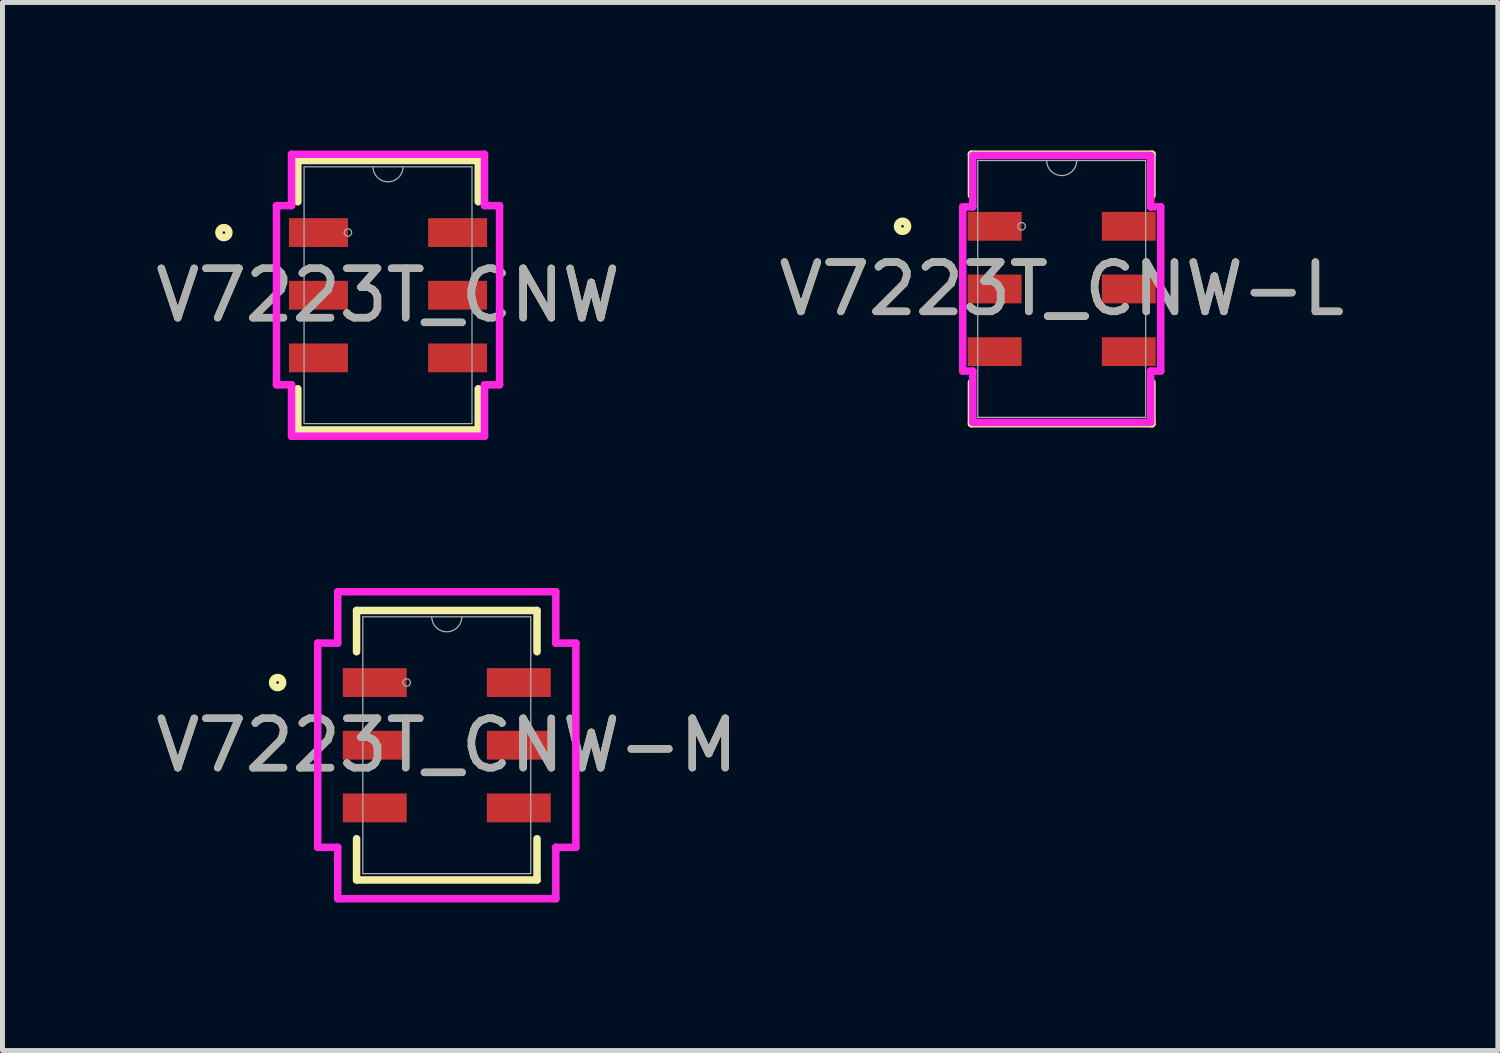
<source format=kicad_pcb>
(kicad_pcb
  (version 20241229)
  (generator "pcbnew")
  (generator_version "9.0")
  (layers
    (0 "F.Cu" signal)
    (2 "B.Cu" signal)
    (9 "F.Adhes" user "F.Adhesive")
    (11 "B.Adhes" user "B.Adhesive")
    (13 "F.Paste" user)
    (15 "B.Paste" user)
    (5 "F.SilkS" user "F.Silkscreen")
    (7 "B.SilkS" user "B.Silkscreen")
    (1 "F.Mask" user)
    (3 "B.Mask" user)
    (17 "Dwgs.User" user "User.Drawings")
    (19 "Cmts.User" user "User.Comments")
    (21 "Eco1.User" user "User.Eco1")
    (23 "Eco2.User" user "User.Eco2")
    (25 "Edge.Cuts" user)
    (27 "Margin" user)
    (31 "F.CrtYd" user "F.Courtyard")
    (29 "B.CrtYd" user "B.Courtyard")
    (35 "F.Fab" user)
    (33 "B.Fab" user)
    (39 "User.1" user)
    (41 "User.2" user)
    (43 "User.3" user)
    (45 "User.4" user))
  (footprint "V7223T_CNW"
    (layer "F.Cu")
    (at 4.815 2.934)
    (property "Reference" "V7223T_CNW" (at 0 0 0) (unlocked yes) (layer "F.SilkS") (effects (font (size 1 1) (thickness 0.15))))
    (attr smd)
    (fp_line (start -1.829 -2.731) (end -1.829 -1.895) (stroke (width 0.152) (type solid)) (layer "F.SilkS"))
    (fp_line (start -1.829 1.895) (end -1.829 2.731) (stroke (width 0.152) (type solid)) (layer "F.SilkS"))
    (fp_line (start -1.829 2.731) (end 1.829 2.731) (stroke (width 0.152) (type solid)) (layer "F.SilkS"))
    (fp_line (start 1.829 -2.731) (end -1.829 -2.731) (stroke (width 0.152) (type solid)) (layer "F.SilkS"))
    (fp_line (start 1.829 -1.895) (end 1.829 -2.731) (stroke (width 0.152) (type solid)) (layer "F.SilkS"))
    (fp_line (start 1.829 2.731) (end 1.829 1.895) (stroke (width 0.152) (type solid)) (layer "F.SilkS"))
    (fp_circle (center -3.327 -1.27) (end -3.226 -1.27) (stroke (width 0.152) (type solid)) (fill no) (layer "F.SilkS"))
    (fp_line (start -2.261 -1.816) (end -1.956 -1.816) (stroke (width 0.152) (type solid)) (layer "F.CrtYd"))
    (fp_line (start -2.261 1.816) (end -2.261 -1.816) (stroke (width 0.152) (type solid)) (layer "F.CrtYd"))
    (fp_line (start -2.261 1.816) (end -1.956 1.816) (stroke (width 0.152) (type solid)) (layer "F.CrtYd"))
    (fp_line (start -1.956 -2.857) (end 1.956 -2.857) (stroke (width 0.152) (type solid)) (layer "F.CrtYd"))
    (fp_line (start -1.956 -1.816) (end -1.956 -2.857) (stroke (width 0.152) (type solid)) (layer "F.CrtYd"))
    (fp_line (start -1.956 2.857) (end -1.956 1.816) (stroke (width 0.152) (type solid)) (layer "F.CrtYd"))
    (fp_line (start 1.956 -2.857) (end 1.956 -1.816) (stroke (width 0.152) (type solid)) (layer "F.CrtYd"))
    (fp_line (start 1.956 1.816) (end 1.956 2.857) (stroke (width 0.152) (type solid)) (layer "F.CrtYd"))
    (fp_line (start 1.956 2.857) (end -1.956 2.857) (stroke (width 0.152) (type solid)) (layer "F.CrtYd"))
    (fp_line (start 2.261 -1.816) (end 1.956 -1.816) (stroke (width 0.152) (type solid)) (layer "F.CrtYd"))
    (fp_line (start 2.261 -1.816) (end 2.261 1.816) (stroke (width 0.152) (type solid)) (layer "F.CrtYd"))
    (fp_line (start 2.261 1.816) (end 1.956 1.816) (stroke (width 0.152) (type solid)) (layer "F.CrtYd"))
    (fp_line (start -1.702 -2.603) (end -1.702 2.603) (stroke (width 0.025) (type solid)) (layer "F.Fab"))
    (fp_line (start -1.702 2.603) (end 1.702 2.603) (stroke (width 0.025) (type solid)) (layer "F.Fab"))
    (fp_line (start 1.702 -2.603) (end -1.702 -2.603) (stroke (width 0.025) (type solid)) (layer "F.Fab"))
    (fp_line (start 1.702 2.603) (end 1.702 -2.603) (stroke (width 0.025) (type solid)) (layer "F.Fab"))
    (fp_arc (start 0.3048 -2.6035) (mid 0 -2.2987) (end -0.3048 -2.6035) (stroke (width 0.0254) (type solid)) (layer "F.Fab"))
    (fp_circle (center -0.813 -1.27) (end -0.737 -1.27) (stroke (width 0.025) (type solid)) (fill no) (layer "F.Fab"))
    (fp_text user "${REFERENCE}" (at 0 0 0) (unlocked yes) (layer "F.Fab") (effects (font (size 1 1) (thickness 0.15))))
    (pad "1" smd rect (at -1.41 -1.27) (size 1.194 0.584) (layers "F.Cu" "F.Mask" "F.Paste"))
    (pad "2" smd rect (at -1.41 0) (size 1.194 0.584) (layers "F.Cu" "F.Mask" "F.Paste"))
    (pad "3" smd rect (at -1.41 1.27) (size 1.194 0.584) (layers "F.Cu" "F.Mask" "F.Paste"))
    (pad "4" smd rect (at 1.41 1.27) (size 1.194 0.584) (layers "F.Cu" "F.Mask" "F.Paste"))
    (pad "5" smd rect (at 1.41 0) (size 1.194 0.584) (layers "F.Cu" "F.Mask" "F.Paste"))
    (pad "6" smd rect (at 1.41 -1.27) (size 1.194 0.584) (layers "F.Cu" "F.Mask" "F.Paste")))
  (footprint "V7223T_CNW-M"
    (layer "F.Cu")
    (at 6.006 12.055)
    (property "Reference" "V7223T_CNW-M" (at 0 0 0) (unlocked yes) (layer "F.SilkS") (effects (font (size 1 1) (thickness 0.15))))
    (attr smd)
    (fp_line (start -1.829 -2.731) (end -1.829 -1.895) (stroke (width 0.152) (type solid)) (layer "F.SilkS"))
    (fp_line (start -1.829 1.895) (end -1.829 2.731) (stroke (width 0.152) (type solid)) (layer "F.SilkS"))
    (fp_line (start -1.829 2.731) (end 1.829 2.731) (stroke (width 0.152) (type solid)) (layer "F.SilkS"))
    (fp_line (start 1.829 -2.731) (end -1.829 -2.731) (stroke (width 0.152) (type solid)) (layer "F.SilkS"))
    (fp_line (start 1.829 -1.895) (end 1.829 -2.731) (stroke (width 0.152) (type solid)) (layer "F.SilkS"))
    (fp_line (start 1.829 2.731) (end 1.829 1.895) (stroke (width 0.152) (type solid)) (layer "F.SilkS"))
    (fp_circle (center -3.429 -1.27) (end -3.327 -1.27) (stroke (width 0.152) (type solid)) (fill no) (layer "F.SilkS"))
    (fp_line (start -2.616 -2.07) (end -2.21 -2.07) (stroke (width 0.152) (type solid)) (layer "F.CrtYd"))
    (fp_line (start -2.616 2.07) (end -2.616 -2.07) (stroke (width 0.152) (type solid)) (layer "F.CrtYd"))
    (fp_line (start -2.616 2.07) (end -2.21 2.07) (stroke (width 0.152) (type solid)) (layer "F.CrtYd"))
    (fp_line (start -2.21 -3.111) (end 2.21 -3.111) (stroke (width 0.152) (type solid)) (layer "F.CrtYd"))
    (fp_line (start -2.21 -2.07) (end -2.21 -3.111) (stroke (width 0.152) (type solid)) (layer "F.CrtYd"))
    (fp_line (start -2.21 3.111) (end -2.21 2.07) (stroke (width 0.152) (type solid)) (layer "F.CrtYd"))
    (fp_line (start 2.21 -3.111) (end 2.21 -2.07) (stroke (width 0.152) (type solid)) (layer "F.CrtYd"))
    (fp_line (start 2.21 2.07) (end 2.21 3.111) (stroke (width 0.152) (type solid)) (layer "F.CrtYd"))
    (fp_line (start 2.21 3.111) (end -2.21 3.111) (stroke (width 0.152) (type solid)) (layer "F.CrtYd"))
    (fp_line (start 2.616 -2.07) (end 2.21 -2.07) (stroke (width 0.152) (type solid)) (layer "F.CrtYd"))
    (fp_line (start 2.616 -2.07) (end 2.616 2.07) (stroke (width 0.152) (type solid)) (layer "F.CrtYd"))
    (fp_line (start 2.616 2.07) (end 2.21 2.07) (stroke (width 0.152) (type solid)) (layer "F.CrtYd"))
    (fp_line (start -1.702 -2.603) (end -1.702 2.603) (stroke (width 0.025) (type solid)) (layer "F.Fab"))
    (fp_line (start -1.702 2.603) (end 1.702 2.603) (stroke (width 0.025) (type solid)) (layer "F.Fab"))
    (fp_line (start 1.702 -2.603) (end -1.702 -2.603) (stroke (width 0.025) (type solid)) (layer "F.Fab"))
    (fp_line (start 1.702 2.603) (end 1.702 -2.603) (stroke (width 0.025) (type solid)) (layer "F.Fab"))
    (fp_arc (start 0.3048 -2.6035) (mid 0 -2.2987) (end -0.3048 -2.6035) (stroke (width 0.0254) (type solid)) (layer "F.Fab"))
    (fp_circle (center -0.813 -1.27) (end -0.737 -1.27) (stroke (width 0.025) (type solid)) (fill no) (layer "F.Fab"))
    (fp_text user "${REFERENCE}" (at 0 0 0) (unlocked yes) (layer "F.Fab") (effects (font (size 1 1) (thickness 0.15))))
    (pad "1" smd rect (at -1.46 -1.27) (size 1.295 0.584) (layers "F.Cu" "F.Mask" "F.Paste"))
    (pad "2" smd rect (at -1.46 0) (size 1.295 0.584) (layers "F.Cu" "F.Mask" "F.Paste"))
    (pad "3" smd rect (at -1.46 1.27) (size 1.295 0.584) (layers "F.Cu" "F.Mask" "F.Paste"))
    (pad "4" smd rect (at 1.46 1.27) (size 1.295 0.584) (layers "F.Cu" "F.Mask" "F.Paste"))
    (pad "5" smd rect (at 1.46 0) (size 1.295 0.584) (layers "F.Cu" "F.Mask" "F.Paste"))
    (pad "6" smd rect (at 1.46 -1.27) (size 1.295 0.584) (layers "F.Cu" "F.Mask" "F.Paste")))
  (footprint "V7223T_CNW-L"
    (layer "F.Cu")
    (at 18.47 2.807)
    (property "Reference" "V7223T_CNW-L" (at 0 0 0) (unlocked yes) (layer "F.SilkS") (effects (font (size 1 1) (thickness 0.15))))
    (attr smd)
    (fp_line (start -1.829 -2.731) (end -1.829 -1.895) (stroke (width 0.152) (type solid)) (layer "F.SilkS"))
    (fp_line (start -1.829 1.895) (end -1.829 2.731) (stroke (width 0.152) (type solid)) (layer "F.SilkS"))
    (fp_line (start -1.829 2.731) (end 1.829 2.731) (stroke (width 0.152) (type solid)) (layer "F.SilkS"))
    (fp_line (start 1.829 -2.731) (end -1.829 -2.731) (stroke (width 0.152) (type solid)) (layer "F.SilkS"))
    (fp_line (start 1.829 -1.895) (end 1.829 -2.731) (stroke (width 0.152) (type solid)) (layer "F.SilkS"))
    (fp_line (start 1.829 2.731) (end 1.829 1.895) (stroke (width 0.152) (type solid)) (layer "F.SilkS"))
    (fp_circle (center -3.226 -1.27) (end -3.124 -1.27) (stroke (width 0.152) (type solid)) (fill no) (layer "F.SilkS"))
    (fp_line (start -2.007 -1.664) (end -1.803 -1.664) (stroke (width 0.152) (type solid)) (layer "F.CrtYd"))
    (fp_line (start -2.007 1.664) (end -2.007 -1.664) (stroke (width 0.152) (type solid)) (layer "F.CrtYd"))
    (fp_line (start -2.007 1.664) (end -1.803 1.664) (stroke (width 0.152) (type solid)) (layer "F.CrtYd"))
    (fp_line (start -1.803 -2.705) (end 1.803 -2.705) (stroke (width 0.152) (type solid)) (layer "F.CrtYd"))
    (fp_line (start -1.803 -1.664) (end -1.803 -2.705) (stroke (width 0.152) (type solid)) (layer "F.CrtYd"))
    (fp_line (start -1.803 2.705) (end -1.803 1.664) (stroke (width 0.152) (type solid)) (layer "F.CrtYd"))
    (fp_line (start 1.803 -2.705) (end 1.803 -1.664) (stroke (width 0.152) (type solid)) (layer "F.CrtYd"))
    (fp_line (start 1.803 1.664) (end 1.803 2.705) (stroke (width 0.152) (type solid)) (layer "F.CrtYd"))
    (fp_line (start 1.803 2.705) (end -1.803 2.705) (stroke (width 0.152) (type solid)) (layer "F.CrtYd"))
    (fp_line (start 2.007 -1.664) (end 1.803 -1.664) (stroke (width 0.152) (type solid)) (layer "F.CrtYd"))
    (fp_line (start 2.007 -1.664) (end 2.007 1.664) (stroke (width 0.152) (type solid)) (layer "F.CrtYd"))
    (fp_line (start 2.007 1.664) (end 1.803 1.664) (stroke (width 0.152) (type solid)) (layer "F.CrtYd"))
    (fp_line (start -1.702 -2.603) (end -1.702 2.603) (stroke (width 0.025) (type solid)) (layer "F.Fab"))
    (fp_line (start -1.702 2.603) (end 1.702 2.603) (stroke (width 0.025) (type solid)) (layer "F.Fab"))
    (fp_line (start 1.702 -2.603) (end -1.702 -2.603) (stroke (width 0.025) (type solid)) (layer "F.Fab"))
    (fp_line (start 1.702 2.603) (end 1.702 -2.603) (stroke (width 0.025) (type solid)) (layer "F.Fab"))
    (fp_arc (start 0.3048 -2.6035) (mid 0 -2.2987) (end -0.3048 -2.6035) (stroke (width 0.0254) (type solid)) (layer "F.Fab"))
    (fp_circle (center -0.813 -1.27) (end -0.737 -1.27) (stroke (width 0.025) (type solid)) (fill no) (layer "F.Fab"))
    (fp_text user "${REFERENCE}" (at 0 0 0) (unlocked yes) (layer "F.Fab") (effects (font (size 1 1) (thickness 0.15))))
    (pad "1" smd rect (at -1.359 -1.27) (size 1.092 0.584) (layers "F.Cu" "F.Mask" "F.Paste"))
    (pad "2" smd rect (at -1.359 0) (size 1.092 0.584) (layers "F.Cu" "F.Mask" "F.Paste"))
    (pad "3" smd rect (at -1.359 1.27) (size 1.092 0.584) (layers "F.Cu" "F.Mask" "F.Paste"))
    (pad "4" smd rect (at 1.359 1.27) (size 1.092 0.584) (layers "F.Cu" "F.Mask" "F.Paste"))
    (pad "5" smd rect (at 1.359 0) (size 1.092 0.584) (layers "F.Cu" "F.Mask" "F.Paste"))
    (pad "6" smd rect (at 1.359 -1.27) (size 1.092 0.584) (layers "F.Cu" "F.Mask" "F.Paste")))
  (gr_rect
    (start -3 -3)
    (end 27.31 18.243)
    (stroke (width 0.1) (type default))
    (fill no)
    (layer "Edge.Cuts")))
</source>
